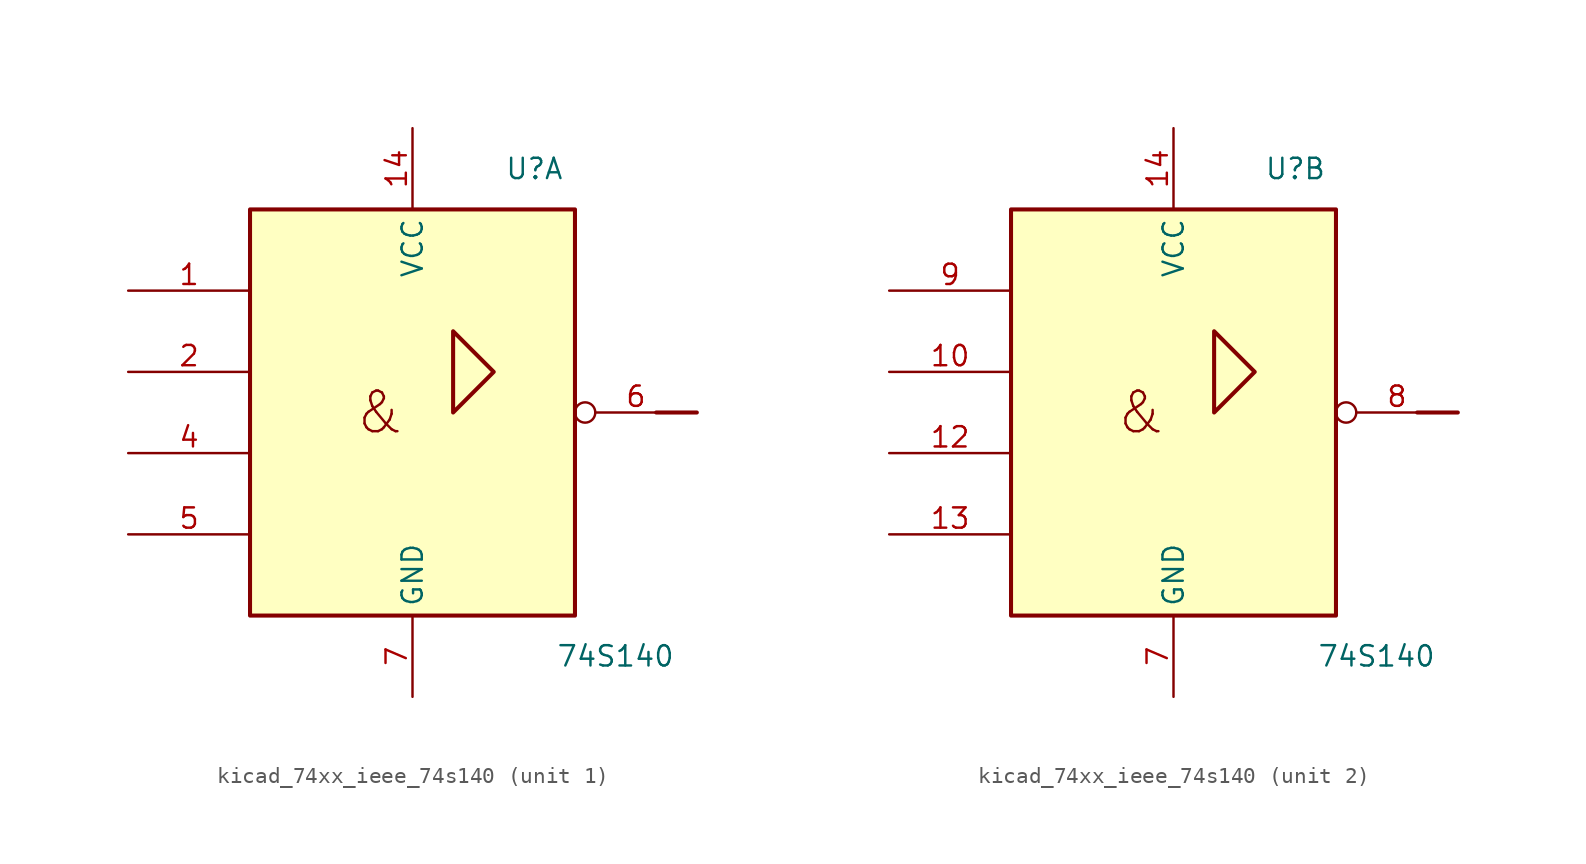
<source format=kicad_sym>
(kicad_symbol_lib
  (version 20220914)
  (generator kicad_symbol_editor)
  (symbol "kicad_74xx_ieee_74s140"
    (property "Reference" "U"
      (at 7.62 15.24 0)
      (effects (font (size 1.27 1.27))))
    (property "Value" "74S140"
      (at 12.7 -15.24 0)
      (effects (font (size 1.27 1.27))))
    (symbol "kicad_74xx_ieee_74s140_0_0"
      (rectangle (start -10.16 12.7) (end 10.16 -12.7) (stroke (width 0.254) (type default)) (fill (type background)))
      (polyline (pts (xy 2.54 0) (xy 2.54 5.08) (xy 5.08 2.54) (xy 2.54 0) (xy 2.54 0)) (stroke (width 0.254) (type default)) (fill (type background)))
      (text "&" (at -2.032 0 0) (effects (font (size 2.54 2.54)))))
    (symbol "kicad_74xx_ieee_74s140_0_1"
      (rectangle (start 17.78 0) (end 15.24 0) (stroke (width 0.254) (type default)) (fill (type background)))
      (pin power_in line (at 0 17.78 270) (length 5.08) (name "VCC" (effects (font (size 1.27 1.27)))) (number "14" (effects (font (size 1.27 1.27)))))
      (pin power_in line (at 0 -17.78 90) (length 5.08) (name "GND" (effects (font (size 1.27 1.27)))) (number "7" (effects (font (size 1.27 1.27))))))
    (symbol "kicad_74xx_ieee_74s140_1_1"
      (pin input line (at -17.78 7.62 0) (length 7.62) (name "~" (effects (font (size 1.27 1.27)))) (number "1" (effects (font (size 1.27 1.27)))))
      (pin input line (at -17.78 2.54 0) (length 7.62) (name "~" (effects (font (size 1.27 1.27)))) (number "2" (effects (font (size 1.27 1.27)))))
      (pin input line (at -17.78 -2.54 0) (length 7.62) (name "~" (effects (font (size 1.27 1.27)))) (number "4" (effects (font (size 1.27 1.27)))))
      (pin input line (at -17.78 -7.62 0) (length 7.62) (name "~" (effects (font (size 1.27 1.27)))) (number "5" (effects (font (size 1.27 1.27)))))
      (pin output inverted (at 17.78 0 180) (length 7.62) (name "~" (effects (font (size 1.27 1.27)))) (number "6" (effects (font (size 1.27 1.27))))))
    (symbol "kicad_74xx_ieee_74s140_2_1"
      (pin input line (at -17.78 2.54 0) (length 7.62) (name "~" (effects (font (size 1.27 1.27)))) (number "10" (effects (font (size 1.27 1.27)))))
      (pin input line (at -17.78 -2.54 0) (length 7.62) (name "~" (effects (font (size 1.27 1.27)))) (number "12" (effects (font (size 1.27 1.27)))))
      (pin input line (at -17.78 -7.62 0) (length 7.62) (name "~" (effects (font (size 1.27 1.27)))) (number "13" (effects (font (size 1.27 1.27)))))
      (pin output inverted (at 17.78 0 180) (length 7.62) (name "~" (effects (font (size 1.27 1.27)))) (number "8" (effects (font (size 1.27 1.27)))))
      (pin input line (at -17.78 7.62 0) (length 7.62) (name "~" (effects (font (size 1.27 1.27)))) (number "9" (effects (font (size 1.27 1.27))))))))
</source>
